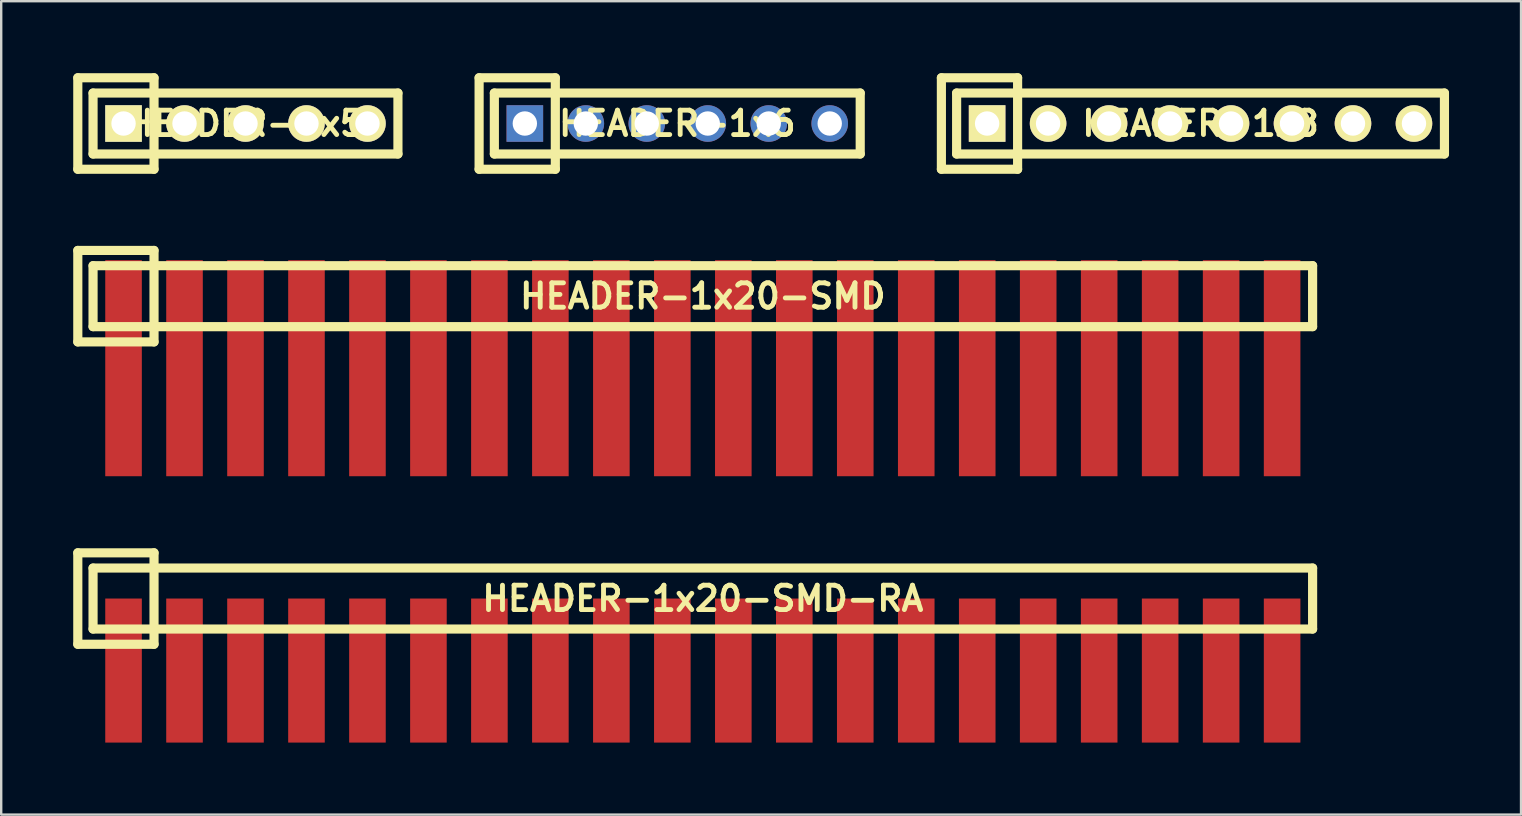
<source format=kicad_pcb>
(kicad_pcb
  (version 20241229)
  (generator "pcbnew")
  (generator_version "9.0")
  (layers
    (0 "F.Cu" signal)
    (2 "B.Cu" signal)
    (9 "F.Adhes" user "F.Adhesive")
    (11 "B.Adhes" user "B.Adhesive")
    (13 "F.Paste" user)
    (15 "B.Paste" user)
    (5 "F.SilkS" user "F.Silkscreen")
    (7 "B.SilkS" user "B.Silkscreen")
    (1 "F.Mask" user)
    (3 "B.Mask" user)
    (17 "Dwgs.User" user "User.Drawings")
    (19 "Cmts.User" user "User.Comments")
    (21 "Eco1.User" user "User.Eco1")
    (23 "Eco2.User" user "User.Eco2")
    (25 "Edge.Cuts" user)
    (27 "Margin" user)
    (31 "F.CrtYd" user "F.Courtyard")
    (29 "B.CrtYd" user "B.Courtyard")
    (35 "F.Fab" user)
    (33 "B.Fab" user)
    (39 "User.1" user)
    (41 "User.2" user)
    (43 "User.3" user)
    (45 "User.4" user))
  (footprint "HEADER-1x6"
    (layer "F.Cu")
    (at 25.162 2.095)
    (property "Reference" "HEADER-1x6" (at 0 0 0) (layer "F.SilkS") (effects (font (size 1.016 1.016) (thickness 0.203))))
    (attr through_hole)
    (fp_line (start -8.255 -1.905) (end -8.255 1.905) (stroke (width 0.381) (type solid)) (layer "F.SilkS"))
    (fp_line (start -8.255 1.905) (end -5.08 1.905) (stroke (width 0.381) (type solid)) (layer "F.SilkS"))
    (fp_line (start -7.62 -1.27) (end -7.62 1.27) (stroke (width 0.381) (type solid)) (layer "F.SilkS"))
    (fp_line (start -7.62 -1.27) (end 7.62 -1.27) (stroke (width 0.381) (type solid)) (layer "F.SilkS"))
    (fp_line (start -5.08 -1.905) (end -8.255 -1.905) (stroke (width 0.381) (type solid)) (layer "F.SilkS"))
    (fp_line (start -5.08 1.905) (end -5.08 -1.905) (stroke (width 0.381) (type solid)) (layer "F.SilkS"))
    (fp_line (start 7.62 -1.27) (end 7.62 1.27) (stroke (width 0.381) (type solid)) (layer "F.SilkS"))
    (fp_line (start 7.62 1.27) (end -7.62 1.27) (stroke (width 0.381) (type solid)) (layer "F.SilkS"))
    (pad "1" thru_hole rect (at -6.35 0) (size 1.524 1.524) (drill 1.016) (layers "*.Cu" "*.Mask"))
    (pad "2" thru_hole circle (at -3.81 0) (size 1.524 1.524) (drill 1.016) (layers "*.Cu" "*.Mask"))
    (pad "3" thru_hole circle (at -1.27 0) (size 1.524 1.524) (drill 1.016) (layers "*.Cu" "*.Mask"))
    (pad "4" thru_hole circle (at 1.27 0) (size 1.524 1.524) (drill 1.016) (layers "*.Cu" "*.Mask"))
    (pad "5" thru_hole circle (at 3.81 0) (size 1.524 1.524) (drill 1.016) (layers "*.Cu" "*.Mask"))
    (pad "6" thru_hole circle (at 6.35 0) (size 1.524 1.524) (drill 1.016) (layers "*.Cu" "*.Mask")))
  (footprint "HEADER-1x5"
    (layer "F.Cu")
    (at 7.176 2.095)
    (property "Reference" "HEADER-1x5" (at 0 0 0) (layer "F.SilkS") (effects (font (size 1.016 1.016) (thickness 0.203))))
    (attr through_hole)
    (fp_line (start -6.985 -1.905) (end -6.985 1.905) (stroke (width 0.381) (type solid)) (layer "F.SilkS"))
    (fp_line (start -6.985 1.905) (end -3.81 1.905) (stroke (width 0.381) (type solid)) (layer "F.SilkS"))
    (fp_line (start -6.35 -1.27) (end -6.35 1.27) (stroke (width 0.381) (type solid)) (layer "F.SilkS"))
    (fp_line (start -6.35 -1.27) (end 6.35 -1.27) (stroke (width 0.381) (type solid)) (layer "F.SilkS"))
    (fp_line (start -3.81 -1.905) (end -6.985 -1.905) (stroke (width 0.381) (type solid)) (layer "F.SilkS"))
    (fp_line (start -3.81 1.905) (end -3.81 -1.905) (stroke (width 0.381) (type solid)) (layer "F.SilkS"))
    (fp_line (start 6.35 -1.27) (end 6.35 1.27) (stroke (width 0.381) (type solid)) (layer "F.SilkS"))
    (fp_line (start 6.35 1.27) (end -6.35 1.27) (stroke (width 0.381) (type solid)) (layer "F.SilkS"))
    (pad "1" thru_hole rect (at -5.08 0) (size 1.524 1.524) (drill 1.016) (layers "*.Cu" "*.Mask" "F.SilkS"))
    (pad "2" thru_hole circle (at -2.54 0) (size 1.524 1.524) (drill 1.016) (layers "*.Cu" "*.Mask" "F.SilkS"))
    (pad "3" thru_hole circle (at 0 0) (size 1.524 1.524) (drill 1.016) (layers "*.Cu" "*.Mask" "F.SilkS"))
    (pad "4" thru_hole circle (at 2.54 0) (size 1.524 1.524) (drill 1.016) (layers "*.Cu" "*.Mask" "F.SilkS"))
    (pad "5" thru_hole circle (at 5.08 0) (size 1.524 1.524) (drill 1.016) (layers "*.Cu" "*.Mask" "F.SilkS")))
  (footprint "HEADER-1x20-SMD"
    (layer "F.Cu")
    (at 26.226 9.287)
    (property "Reference" "HEADER-1x20-SMD" (at 0 0 0) (layer "F.SilkS") (effects (font (size 1.016 1.016) (thickness 0.203))))
    (attr through_hole)
    (fp_line (start -26.035 -1.905) (end -26.035 1.905) (stroke (width 0.381) (type solid)) (layer "F.SilkS"))
    (fp_line (start -26.035 1.905) (end -22.86 1.905) (stroke (width 0.381) (type solid)) (layer "F.SilkS"))
    (fp_line (start -25.4 -1.27) (end -25.4 1.27) (stroke (width 0.381) (type solid)) (layer "F.SilkS"))
    (fp_line (start -25.4 1.27) (end 25.4 1.27) (stroke (width 0.381) (type solid)) (layer "F.SilkS"))
    (fp_line (start -22.86 -1.905) (end -26.035 -1.905) (stroke (width 0.381) (type solid)) (layer "F.SilkS"))
    (fp_line (start -22.86 1.905) (end -22.86 -1.905) (stroke (width 0.381) (type solid)) (layer "F.SilkS"))
    (fp_line (start 25.4 -1.27) (end -25.4 -1.27) (stroke (width 0.381) (type solid)) (layer "F.SilkS"))
    (fp_line (start 25.4 1.27) (end 25.4 -1.27) (stroke (width 0.381) (type solid)) (layer "F.SilkS"))
    (pad "1" smd rect (at -24.13 3) (size 1.524 9) (layers "F.Cu" "F.Mask" "F.Paste"))
    (pad "2" smd rect (at -21.59 3) (size 1.524 9) (layers "F.Cu" "F.Mask" "F.Paste"))
    (pad "3" smd rect (at -19.05 3) (size 1.524 9) (layers "F.Cu" "F.Mask" "F.Paste"))
    (pad "4" smd rect (at -16.51 3) (size 1.524 9) (layers "F.Cu" "F.Mask" "F.Paste"))
    (pad "5" smd rect (at -13.97 3) (size 1.524 9) (layers "F.Cu" "F.Mask" "F.Paste"))
    (pad "6" smd rect (at -11.43 3) (size 1.524 9) (layers "F.Cu" "F.Mask" "F.Paste"))
    (pad "7" smd rect (at -8.89 3) (size 1.524 9) (layers "F.Cu" "F.Mask" "F.Paste"))
    (pad "8" smd rect (at -6.35 3) (size 1.524 9) (layers "F.Cu" "F.Mask" "F.Paste"))
    (pad "9" smd rect (at -3.81 3) (size 1.524 9) (layers "F.Cu" "F.Mask" "F.Paste"))
    (pad "10" smd rect (at -1.27 3) (size 1.524 9) (layers "F.Cu" "F.Mask" "F.Paste"))
    (pad "11" smd rect (at 1.27 3) (size 1.524 9) (layers "F.Cu" "F.Mask" "F.Paste"))
    (pad "12" smd rect (at 3.81 3) (size 1.524 9) (layers "F.Cu" "F.Mask" "F.Paste"))
    (pad "13" smd rect (at 6.35 3) (size 1.524 9) (layers "F.Cu" "F.Mask" "F.Paste"))
    (pad "14" smd rect (at 8.89 3) (size 1.524 9) (layers "F.Cu" "F.Mask" "F.Paste"))
    (pad "15" smd rect (at 11.43 3) (size 1.524 9) (layers "F.Cu" "F.Mask" "F.Paste"))
    (pad "16" smd rect (at 13.97 3) (size 1.524 9) (layers "F.Cu" "F.Mask" "F.Paste"))
    (pad "17" smd rect (at 16.51 3) (size 1.524 9) (layers "F.Cu" "F.Mask" "F.Paste"))
    (pad "18" smd rect (at 19.05 3) (size 1.524 9) (layers "F.Cu" "F.Mask" "F.Paste"))
    (pad "19" smd rect (at 21.59 3) (size 1.524 9) (layers "F.Cu" "F.Mask" "F.Paste"))
    (pad "20" smd rect (at 24.13 3) (size 1.524 9) (layers "F.Cu" "F.Mask" "F.Paste")))
  (footprint "HEADER-1x8"
    (layer "F.Cu")
    (at 46.958 2.095)
    (property "Reference" "HEADER-1x8" (at 0 0 0) (layer "F.SilkS") (effects (font (size 1.016 1.016) (thickness 0.203))))
    (attr through_hole)
    (fp_line (start -10.795 -1.905) (end -10.795 1.905) (stroke (width 0.381) (type solid)) (layer "F.SilkS"))
    (fp_line (start -10.795 1.905) (end -7.62 1.905) (stroke (width 0.381) (type solid)) (layer "F.SilkS"))
    (fp_line (start -10.16 -1.27) (end -10.16 1.27) (stroke (width 0.381) (type solid)) (layer "F.SilkS"))
    (fp_line (start -10.16 1.27) (end 10.16 1.27) (stroke (width 0.381) (type solid)) (layer "F.SilkS"))
    (fp_line (start -7.62 -1.905) (end -10.795 -1.905) (stroke (width 0.381) (type solid)) (layer "F.SilkS"))
    (fp_line (start -7.62 1.905) (end -7.62 -1.905) (stroke (width 0.381) (type solid)) (layer "F.SilkS"))
    (fp_line (start 10.16 -1.27) (end -10.16 -1.27) (stroke (width 0.381) (type solid)) (layer "F.SilkS"))
    (fp_line (start 10.16 1.27) (end 10.16 -1.27) (stroke (width 0.381) (type solid)) (layer "F.SilkS"))
    (pad "1" thru_hole rect (at -8.89 0) (size 1.524 1.524) (drill 1.016) (layers "*.Cu" "*.Mask" "F.SilkS"))
    (pad "2" thru_hole circle (at -6.35 0) (size 1.524 1.524) (drill 1.016) (layers "*.Cu" "*.Mask" "F.SilkS"))
    (pad "3" thru_hole circle (at -3.81 0) (size 1.524 1.524) (drill 1.016) (layers "*.Cu" "*.Mask" "F.SilkS"))
    (pad "4" thru_hole circle (at -1.27 0) (size 1.524 1.524) (drill 1.016) (layers "*.Cu" "*.Mask" "F.SilkS"))
    (pad "5" thru_hole circle (at 1.27 0) (size 1.524 1.524) (drill 1.016) (layers "*.Cu" "*.Mask" "F.SilkS"))
    (pad "6" thru_hole circle (at 3.81 0) (size 1.524 1.524) (drill 1.016) (layers "*.Cu" "*.Mask" "F.SilkS"))
    (pad "7" thru_hole circle (at 6.35 0) (size 1.524 1.524) (drill 1.016) (layers "*.Cu" "*.Mask" "F.SilkS"))
    (pad "8" thru_hole circle (at 8.89 0) (size 1.524 1.524) (drill 1.016) (layers "*.Cu" "*.Mask" "F.SilkS")))
  (footprint "HEADER-1x20-SMD-RA"
    (layer "F.Cu")
    (at 26.226 21.882)
    (property "Reference" "HEADER-1x20-SMD-RA" (at 0 0 0) (layer "F.SilkS") (effects (font (size 1.016 1.016) (thickness 0.203))))
    (attr through_hole)
    (fp_line (start -26.035 -1.905) (end -26.035 1.905) (stroke (width 0.381) (type solid)) (layer "F.SilkS"))
    (fp_line (start -26.035 1.905) (end -22.86 1.905) (stroke (width 0.381) (type solid)) (layer "F.SilkS"))
    (fp_line (start -25.4 -1.27) (end -25.4 1.27) (stroke (width 0.381) (type solid)) (layer "F.SilkS"))
    (fp_line (start -25.4 1.27) (end 25.4 1.27) (stroke (width 0.381) (type solid)) (layer "F.SilkS"))
    (fp_line (start -22.86 -1.905) (end -26.035 -1.905) (stroke (width 0.381) (type solid)) (layer "F.SilkS"))
    (fp_line (start -22.86 1.905) (end -22.86 -1.905) (stroke (width 0.381) (type solid)) (layer "F.SilkS"))
    (fp_line (start 25.4 -1.27) (end -25.4 -1.27) (stroke (width 0.381) (type solid)) (layer "F.SilkS"))
    (fp_line (start 25.4 1.27) (end 25.4 -1.27) (stroke (width 0.381) (type solid)) (layer "F.SilkS"))
    (pad "1" smd rect (at -24.13 3) (size 1.524 6) (layers "F.Cu" "F.Mask" "F.Paste"))
    (pad "2" smd rect (at -21.59 3) (size 1.524 6) (layers "F.Cu" "F.Mask" "F.Paste"))
    (pad "3" smd rect (at -19.05 3) (size 1.524 6) (layers "F.Cu" "F.Mask" "F.Paste"))
    (pad "4" smd rect (at -16.51 3) (size 1.524 6) (layers "F.Cu" "F.Mask" "F.Paste"))
    (pad "5" smd rect (at -13.97 3) (size 1.524 6) (layers "F.Cu" "F.Mask" "F.Paste"))
    (pad "6" smd rect (at -11.43 3) (size 1.524 6) (layers "F.Cu" "F.Mask" "F.Paste"))
    (pad "7" smd rect (at -8.89 3) (size 1.524 6) (layers "F.Cu" "F.Mask" "F.Paste"))
    (pad "8" smd rect (at -6.35 3) (size 1.524 6) (layers "F.Cu" "F.Mask" "F.Paste"))
    (pad "9" smd rect (at -3.81 3) (size 1.524 6) (layers "F.Cu" "F.Mask" "F.Paste"))
    (pad "10" smd rect (at -1.27 3) (size 1.524 6) (layers "F.Cu" "F.Mask" "F.Paste"))
    (pad "11" smd rect (at 1.27 3) (size 1.524 6) (layers "F.Cu" "F.Mask" "F.Paste"))
    (pad "12" smd rect (at 3.81 3) (size 1.524 6) (layers "F.Cu" "F.Mask" "F.Paste"))
    (pad "13" smd rect (at 6.35 3) (size 1.524 6) (layers "F.Cu" "F.Mask" "F.Paste"))
    (pad "14" smd rect (at 8.89 3) (size 1.524 6) (layers "F.Cu" "F.Mask" "F.Paste"))
    (pad "15" smd rect (at 11.43 3) (size 1.524 6) (layers "F.Cu" "F.Mask" "F.Paste"))
    (pad "16" smd rect (at 13.97 3) (size 1.524 6) (layers "F.Cu" "F.Mask" "F.Paste"))
    (pad "17" smd rect (at 16.51 3) (size 1.524 6) (layers "F.Cu" "F.Mask" "F.Paste"))
    (pad "18" smd rect (at 19.05 3) (size 1.524 6) (layers "F.Cu" "F.Mask" "F.Paste"))
    (pad "19" smd rect (at 21.59 3) (size 1.524 6) (layers "F.Cu" "F.Mask" "F.Paste"))
    (pad "20" smd rect (at 24.13 3) (size 1.524 6) (layers "F.Cu" "F.Mask" "F.Paste")))
  (gr_rect
    (start -3 -3)
    (end 60.308 30.882)
    (stroke (width 0.1) (type default))
    (fill no)
    (layer "Edge.Cuts")))
</source>
